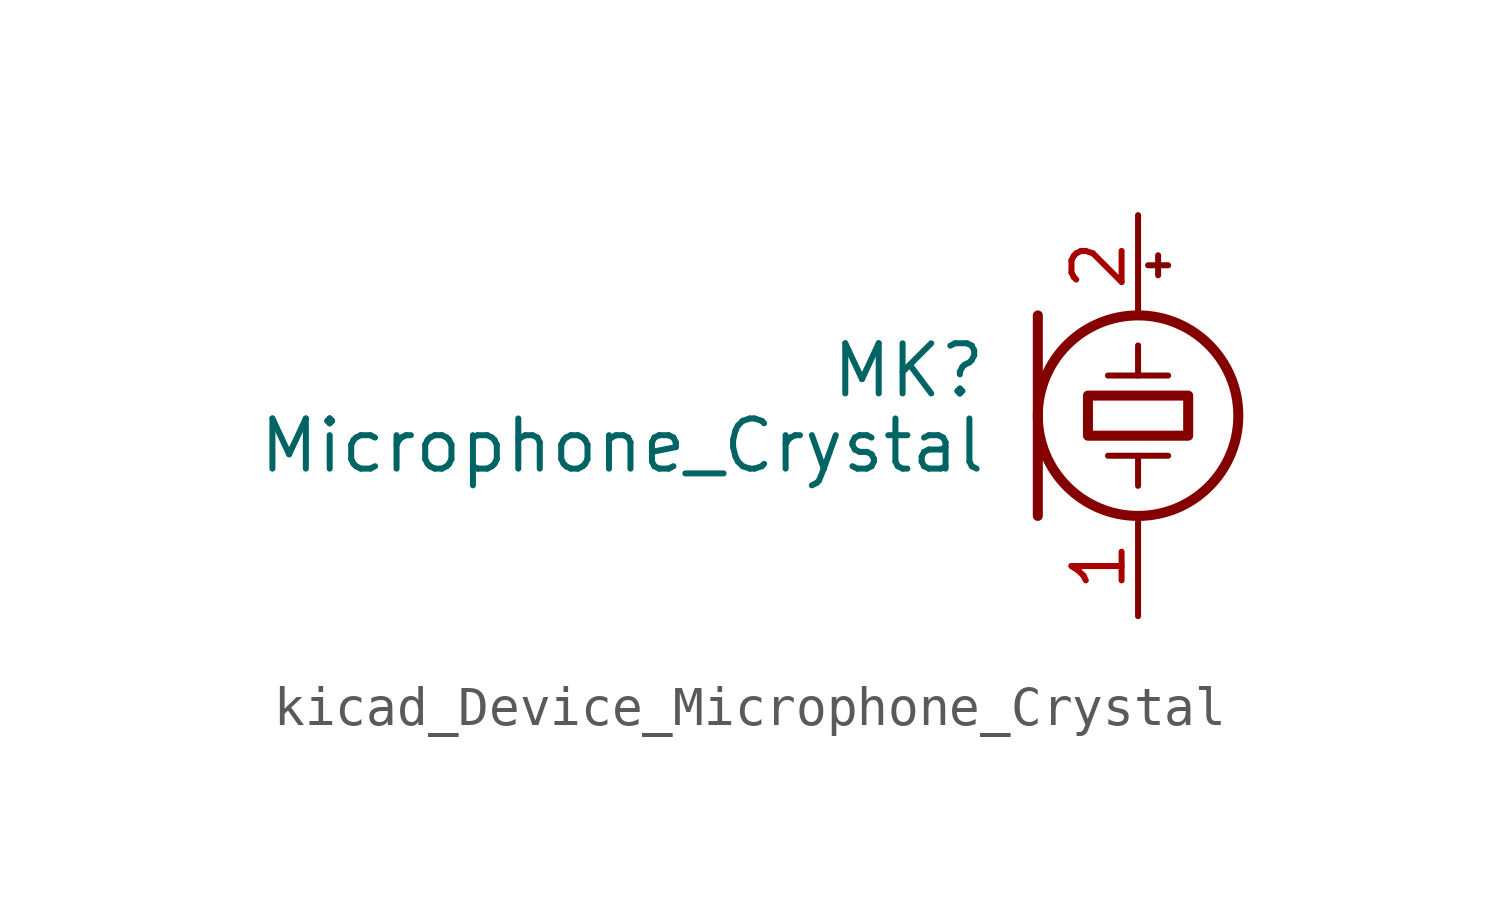
<source format=kicad_sym>
(kicad_symbol_lib
  (version 20220914)
  (generator kicad_symbol_editor)
  (symbol "kicad_Device_Microphone_Crystal"
    (pin_names
      (offset 0.025) hide)
    (property "Reference" "MK"
      (at -3.81 1.143 0)
      (effects (font (size 1.27 1.27)) (justify right)))
    (property "Value" "Microphone_Crystal"
      (at -3.81 -0.762 0)
      (effects (font (size 1.27 1.27)) (justify right)))
    (symbol "kicad_Device_Microphone_Crystal_0_1"
      (rectangle (start -1.27 0.508) (end 1.27 -0.508) (stroke (width 0.254) (type default)) (fill (type none)))
      (polyline (pts (xy -2.54 2.54) (xy -2.54 -2.54)) (stroke (width 0.254) (type default)) (fill (type none)))
      (polyline (pts (xy -0.762 -1.016) (xy 0.762 -1.016)) (stroke (width 0) (type default)) (fill (type none)))
      (polyline (pts (xy -0.762 1.016) (xy 0.762 1.016)) (stroke (width 0) (type default)) (fill (type none)))
      (polyline (pts (xy 0 -1.016) (xy 0 -1.778)) (stroke (width 0) (type default)) (fill (type none)))
      (polyline (pts (xy 0 1.016) (xy 0 1.778)) (stroke (width 0) (type default)) (fill (type none)))
      (polyline (pts (xy 0.254 3.81) (xy 0.762 3.81)) (stroke (width 0) (type default)) (fill (type none)))
      (polyline (pts (xy 0.508 4.064) (xy 0.508 3.556)) (stroke (width 0) (type default)) (fill (type none)))
      (circle (center 0 0) (radius 2.54) (stroke (width 0.254) (type default)) (fill (type none))))
    (symbol "kicad_Device_Microphone_Crystal_1_1"
      (pin passive line (at 0 -5.08 90) (length 2.54) (name "-" (effects (font (size 1.27 1.27)))) (number "1" (effects (font (size 1.27 1.27)))))
      (pin passive line (at 0 5.08 270) (length 2.54) (name "+" (effects (font (size 1.27 1.27)))) (number "2" (effects (font (size 1.27 1.27))))))))
</source>
